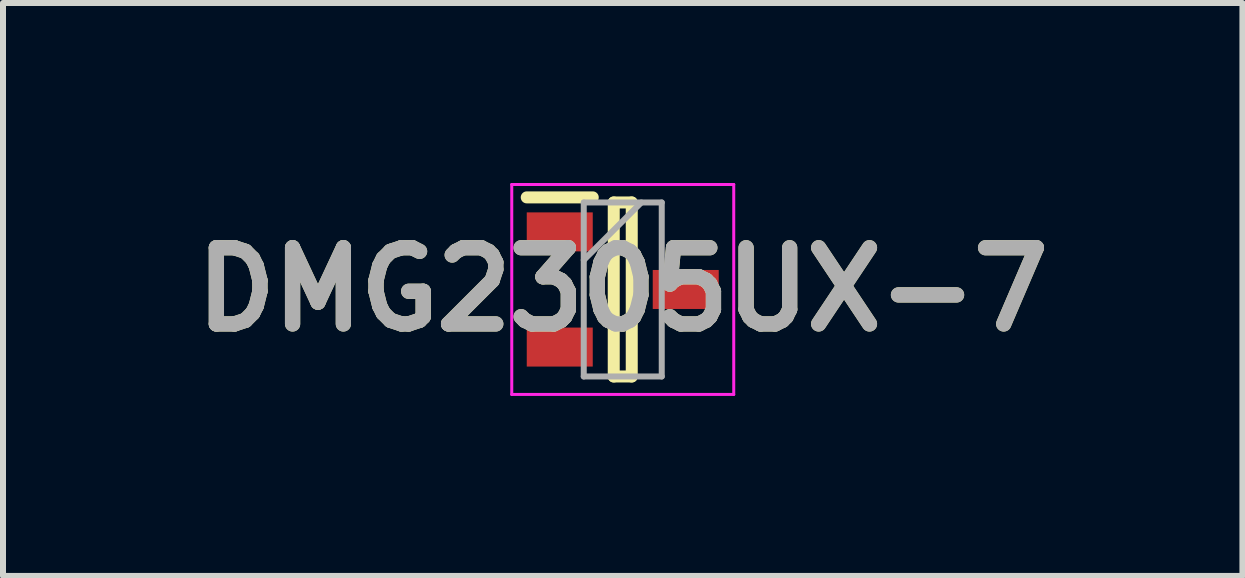
<source format=kicad_pcb>
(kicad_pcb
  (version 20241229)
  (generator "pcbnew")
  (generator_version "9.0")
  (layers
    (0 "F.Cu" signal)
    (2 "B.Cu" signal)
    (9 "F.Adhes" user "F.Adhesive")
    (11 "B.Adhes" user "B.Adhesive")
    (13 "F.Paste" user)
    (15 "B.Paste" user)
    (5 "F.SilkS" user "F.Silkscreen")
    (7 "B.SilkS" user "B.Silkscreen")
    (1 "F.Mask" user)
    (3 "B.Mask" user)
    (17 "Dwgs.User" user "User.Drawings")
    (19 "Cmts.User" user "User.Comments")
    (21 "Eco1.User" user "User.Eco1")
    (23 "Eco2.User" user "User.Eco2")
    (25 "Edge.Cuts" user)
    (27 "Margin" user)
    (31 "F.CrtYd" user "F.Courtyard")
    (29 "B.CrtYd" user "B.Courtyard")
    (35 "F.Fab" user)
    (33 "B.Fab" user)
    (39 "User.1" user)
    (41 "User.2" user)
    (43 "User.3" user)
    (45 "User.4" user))
  (footprint "DMG2305UX-7"
    (layer "F.Cu")
    (at 7.33 1.775)
    (property "Reference" "DMG2305UX-7" (at 0 0 0) (layer "F.SilkS") (effects (font (size 1.27 1.27) (thickness 0.254))))
    (attr smd)
    (fp_line (start -1.6 -1.535) (end -0.5 -1.535) (stroke (width 0.2) (type solid)) (layer "F.SilkS"))
    (fp_line (start -0.15 -1.45) (end 0.15 -1.45) (stroke (width 0.2) (type solid)) (layer "F.SilkS"))
    (fp_line (start -0.15 1.45) (end -0.15 -1.45) (stroke (width 0.2) (type solid)) (layer "F.SilkS"))
    (fp_line (start 0.15 -1.45) (end 0.15 1.45) (stroke (width 0.2) (type solid)) (layer "F.SilkS"))
    (fp_line (start 0.15 1.45) (end -0.15 1.45) (stroke (width 0.2) (type solid)) (layer "F.SilkS"))
    (fp_line (start -1.85 -1.75) (end 1.85 -1.75) (stroke (width 0.05) (type solid)) (layer "F.CrtYd"))
    (fp_line (start -1.85 1.75) (end -1.85 -1.75) (stroke (width 0.05) (type solid)) (layer "F.CrtYd"))
    (fp_line (start 1.85 -1.75) (end 1.85 1.75) (stroke (width 0.05) (type solid)) (layer "F.CrtYd"))
    (fp_line (start 1.85 1.75) (end -1.85 1.75) (stroke (width 0.05) (type solid)) (layer "F.CrtYd"))
    (fp_line (start -0.65 -1.45) (end 0.65 -1.45) (stroke (width 0.1) (type solid)) (layer "F.Fab"))
    (fp_line (start -0.65 -0.49) (end 0.31 -1.45) (stroke (width 0.1) (type solid)) (layer "F.Fab"))
    (fp_line (start -0.65 1.45) (end -0.65 -1.45) (stroke (width 0.1) (type solid)) (layer "F.Fab"))
    (fp_line (start 0.65 -1.45) (end 0.65 1.45) (stroke (width 0.1) (type solid)) (layer "F.Fab"))
    (fp_line (start 0.65 1.45) (end -0.65 1.45) (stroke (width 0.1) (type solid)) (layer "F.Fab"))
    (fp_text user "${REFERENCE}" (at 0 0 0) (layer "F.Fab") (effects (font (size 1.27 1.27) (thickness 0.254))))
    (pad "1" smd rect (at -1.05 -0.96 90) (size 0.65 1.1) (layers "F.Cu" "F.Mask" "F.Paste"))
    (pad "2" smd rect (at -1.05 0.96 90) (size 0.65 1.1) (layers "F.Cu" "F.Mask" "F.Paste"))
    (pad "3" smd rect (at 1.05 0 90) (size 0.65 1.1) (layers "F.Cu" "F.Mask" "F.Paste")))
  (gr_rect
    (start -3 -3)
    (end 17.659 6.55)
    (stroke (width 0.1) (type default))
    (fill no)
    (layer "Edge.Cuts")))
</source>
